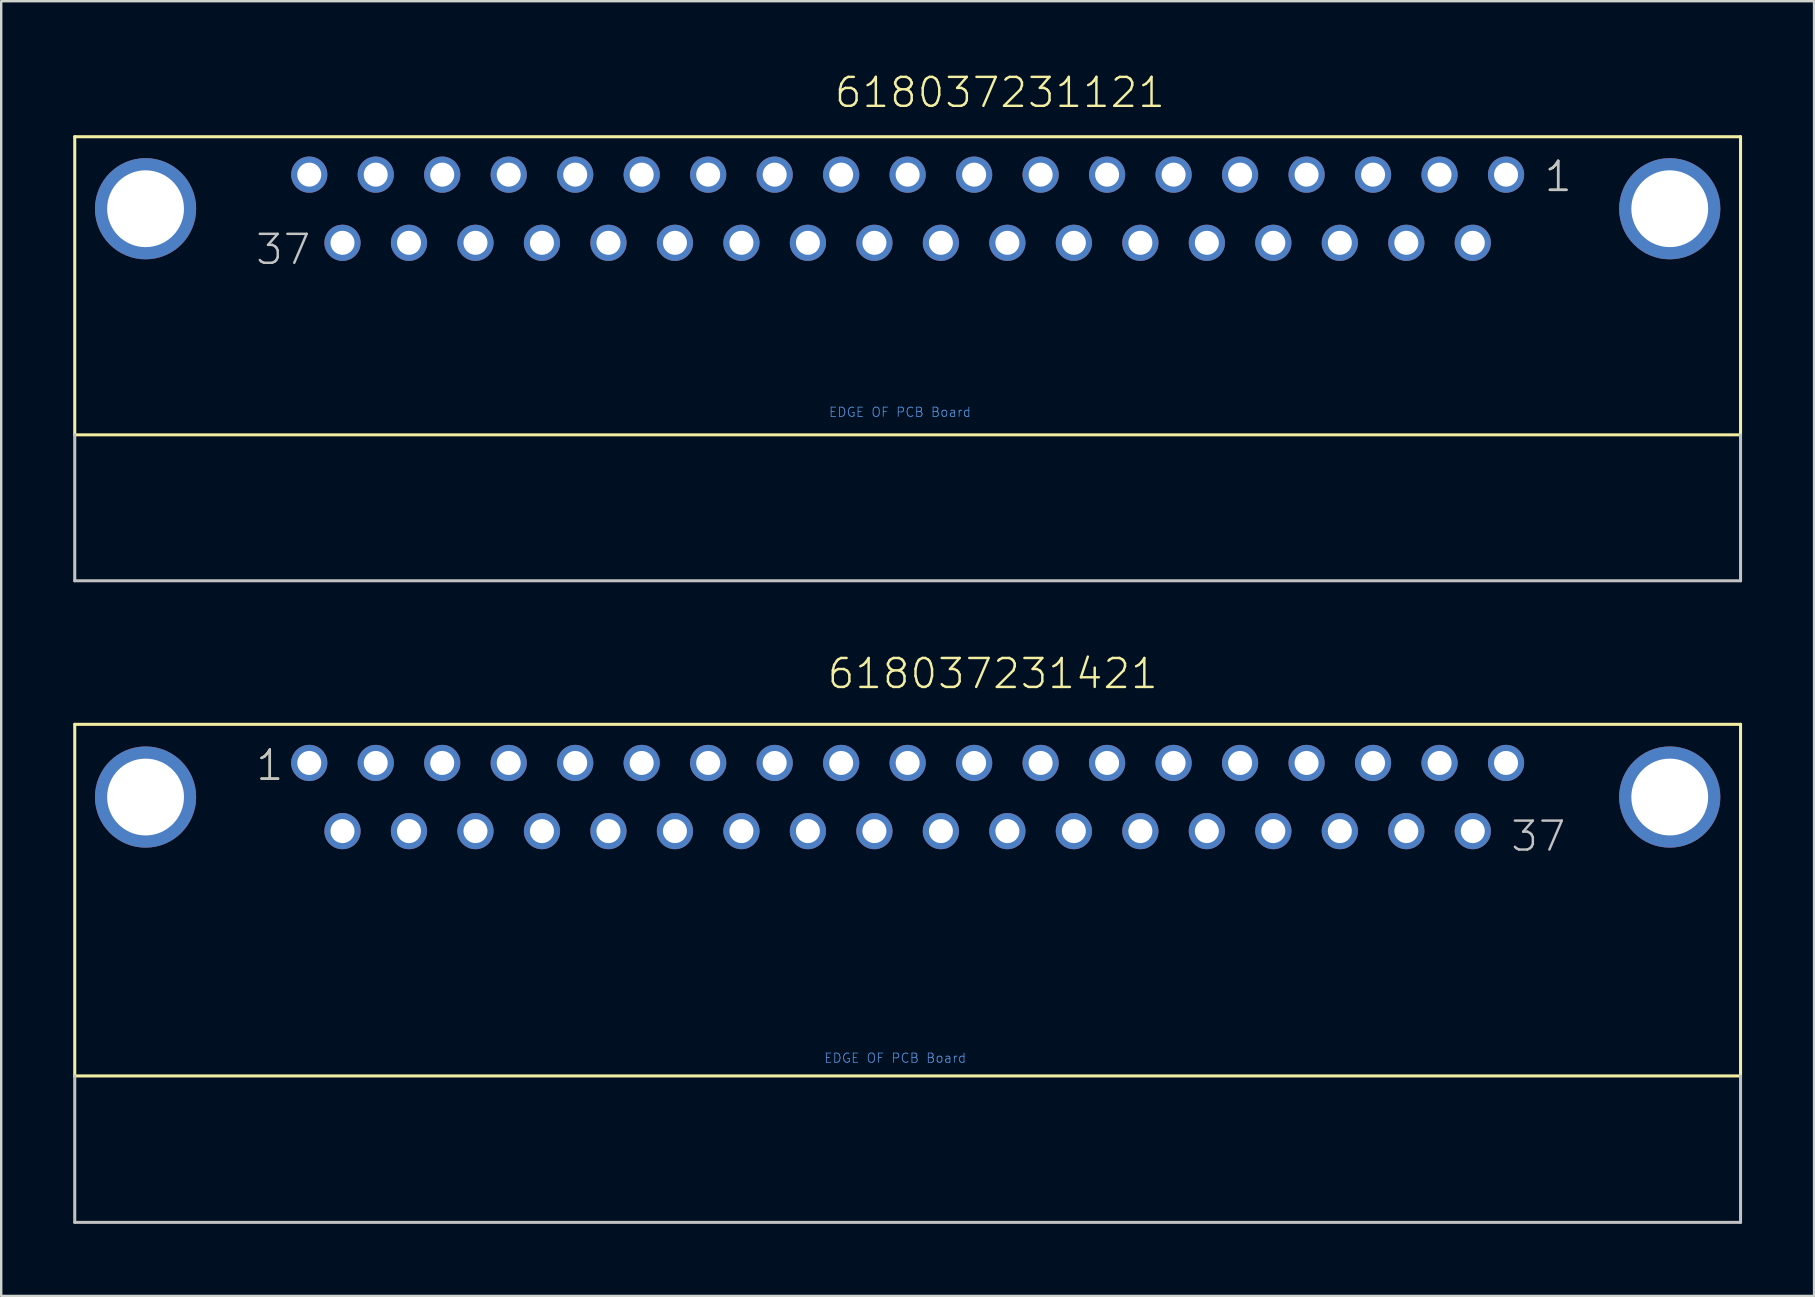
<source format=kicad_pcb>
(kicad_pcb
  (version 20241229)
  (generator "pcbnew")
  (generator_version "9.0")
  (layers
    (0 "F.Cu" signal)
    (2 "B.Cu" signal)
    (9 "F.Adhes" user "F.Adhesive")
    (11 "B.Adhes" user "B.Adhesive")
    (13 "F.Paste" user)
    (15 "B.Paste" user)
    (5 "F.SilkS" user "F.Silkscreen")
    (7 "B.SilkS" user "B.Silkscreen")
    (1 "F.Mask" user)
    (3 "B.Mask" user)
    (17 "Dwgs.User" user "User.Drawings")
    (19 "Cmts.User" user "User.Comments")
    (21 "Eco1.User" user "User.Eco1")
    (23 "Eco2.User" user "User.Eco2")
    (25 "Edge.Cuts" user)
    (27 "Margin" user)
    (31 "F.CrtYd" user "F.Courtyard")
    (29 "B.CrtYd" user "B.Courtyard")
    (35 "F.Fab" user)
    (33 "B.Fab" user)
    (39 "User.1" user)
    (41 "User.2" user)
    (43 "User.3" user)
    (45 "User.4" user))
  (footprint "618037231121"
    (layer "F.Cu")
    (at 34.764 5.646)
    (property "Reference" "618037231121" (at -3.115 -4.135 0) (layer "F.SilkS") (effects (font (size 1.206 1.206) (thickness 0.102)) (justify left bottom)))
    (attr through_hole)
    (fp_line (start -34.7 -3) (end 34.7 -3) (stroke (width 0.127) (type solid)) (layer "F.SilkS"))
    (fp_line (start -34.7 9.42) (end -34.7 -3) (stroke (width 0.127) (type solid)) (layer "F.SilkS"))
    (fp_line (start 34.7 -3) (end 34.7 9.42) (stroke (width 0.127) (type solid)) (layer "F.SilkS"))
    (fp_line (start 34.7 9.42) (end -34.7 9.42) (stroke (width 0.127) (type solid)) (layer "F.SilkS"))
    (fp_line (start -34.7 15.5) (end -34.7 9.42) (stroke (width 0.127) (type solid)) (layer "Dwgs.User"))
    (fp_line (start 34.7 9.42) (end 34.7 15.5) (stroke (width 0.127) (type solid)) (layer "Dwgs.User"))
    (fp_line (start 34.7 15.5) (end -34.7 15.5) (stroke (width 0.127) (type solid)) (layer "Dwgs.User"))
    (fp_text user "1" (at 26.46 -0.635 0) (layer "F.SilkS") (effects (font (size 1.206 1.206) (thickness 0.102)) (justify left bottom)))
    (fp_text user "1" (at 26.46 -0.635 0) (layer "Dwgs.User") (effects (font (size 1.206 1.206) (thickness 0.102)) (justify left bottom)))
    (fp_text user "37" (at -27.23 2.405 0) (layer "Dwgs.User") (effects (font (size 1.206 1.206) (thickness 0.102)) (justify left bottom)))
    (fp_text user "EDGE OF PCB Board" (at -3.3 8.7 0) (layer "Cmts.User") (effects (font (size 0.386 0.386) (thickness 0.033)) (justify left bottom)))
    (pad "1" thru_hole circle (at 24.93 -1.42) (size 1.508 1.508) (drill 1) (layers "*.Cu" "*.Mask"))
    (pad "2" thru_hole circle (at 22.16 -1.42) (size 1.508 1.508) (drill 1) (layers "*.Cu" "*.Mask"))
    (pad "3" thru_hole circle (at 19.39 -1.42) (size 1.508 1.508) (drill 1) (layers "*.Cu" "*.Mask"))
    (pad "4" thru_hole circle (at 16.62 -1.42) (size 1.508 1.508) (drill 1) (layers "*.Cu" "*.Mask"))
    (pad "5" thru_hole circle (at 13.85 -1.42) (size 1.508 1.508) (drill 1) (layers "*.Cu" "*.Mask"))
    (pad "6" thru_hole circle (at 11.08 -1.42) (size 1.508 1.508) (drill 1) (layers "*.Cu" "*.Mask"))
    (pad "7" thru_hole circle (at 8.31 -1.42) (size 1.508 1.508) (drill 1) (layers "*.Cu" "*.Mask"))
    (pad "8" thru_hole circle (at 5.54 -1.42) (size 1.508 1.508) (drill 1) (layers "*.Cu" "*.Mask"))
    (pad "9" thru_hole circle (at 2.77 -1.42) (size 1.508 1.508) (drill 1) (layers "*.Cu" "*.Mask"))
    (pad "10" thru_hole circle (at 0 -1.42) (size 1.508 1.508) (drill 1) (layers "*.Cu" "*.Mask"))
    (pad "11" thru_hole circle (at -2.77 -1.42) (size 1.508 1.508) (drill 1) (layers "*.Cu" "*.Mask"))
    (pad "12" thru_hole circle (at -5.54 -1.42) (size 1.508 1.508) (drill 1) (layers "*.Cu" "*.Mask"))
    (pad "13" thru_hole circle (at -8.31 -1.42) (size 1.508 1.508) (drill 1) (layers "*.Cu" "*.Mask"))
    (pad "14" thru_hole circle (at -11.08 -1.42) (size 1.508 1.508) (drill 1) (layers "*.Cu" "*.Mask"))
    (pad "15" thru_hole circle (at -13.85 -1.42) (size 1.508 1.508) (drill 1) (layers "*.Cu" "*.Mask"))
    (pad "16" thru_hole circle (at -16.62 -1.42) (size 1.508 1.508) (drill 1) (layers "*.Cu" "*.Mask"))
    (pad "17" thru_hole circle (at -19.39 -1.42) (size 1.508 1.508) (drill 1) (layers "*.Cu" "*.Mask"))
    (pad "18" thru_hole circle (at -22.16 -1.42) (size 1.508 1.508) (drill 1) (layers "*.Cu" "*.Mask"))
    (pad "19" thru_hole circle (at -24.93 -1.42) (size 1.508 1.508) (drill 1) (layers "*.Cu" "*.Mask"))
    (pad "20" thru_hole circle (at 23.545 1.42) (size 1.508 1.508) (drill 1) (layers "*.Cu" "*.Mask"))
    (pad "21" thru_hole circle (at 20.775 1.42) (size 1.508 1.508) (drill 1) (layers "*.Cu" "*.Mask"))
    (pad "22" thru_hole circle (at 18.005 1.42) (size 1.508 1.508) (drill 1) (layers "*.Cu" "*.Mask"))
    (pad "23" thru_hole circle (at 15.235 1.42) (size 1.508 1.508) (drill 1) (layers "*.Cu" "*.Mask"))
    (pad "24" thru_hole circle (at 12.465 1.42) (size 1.508 1.508) (drill 1) (layers "*.Cu" "*.Mask"))
    (pad "25" thru_hole circle (at 9.695 1.42) (size 1.508 1.508) (drill 1) (layers "*.Cu" "*.Mask"))
    (pad "26" thru_hole circle (at 6.925 1.42) (size 1.508 1.508) (drill 1) (layers "*.Cu" "*.Mask"))
    (pad "27" thru_hole circle (at 4.155 1.42) (size 1.508 1.508) (drill 1) (layers "*.Cu" "*.Mask"))
    (pad "28" thru_hole circle (at 1.385 1.42) (size 1.508 1.508) (drill 1) (layers "*.Cu" "*.Mask"))
    (pad "29" thru_hole circle (at -1.385 1.42) (size 1.508 1.508) (drill 1) (layers "*.Cu" "*.Mask"))
    (pad "30" thru_hole circle (at -4.155 1.42) (size 1.508 1.508) (drill 1) (layers "*.Cu" "*.Mask"))
    (pad "31" thru_hole circle (at -6.925 1.42) (size 1.508 1.508) (drill 1) (layers "*.Cu" "*.Mask"))
    (pad "32" thru_hole circle (at -9.695 1.42) (size 1.508 1.508) (drill 1) (layers "*.Cu" "*.Mask"))
    (pad "33" thru_hole circle (at -12.465 1.42) (size 1.508 1.508) (drill 1) (layers "*.Cu" "*.Mask"))
    (pad "34" thru_hole circle (at -15.235 1.42) (size 1.508 1.508) (drill 1) (layers "*.Cu" "*.Mask"))
    (pad "35" thru_hole circle (at -18.005 1.42) (size 1.508 1.508) (drill 1) (layers "*.Cu" "*.Mask"))
    (pad "36" thru_hole circle (at -20.775 1.42) (size 1.508 1.508) (drill 1) (layers "*.Cu" "*.Mask"))
    (pad "37" thru_hole circle (at -23.545 1.42) (size 1.508 1.508) (drill 1) (layers "*.Cu" "*.Mask"))
    (pad "SHEL" thru_hole circle (at -31.75 0) (size 4.216 4.216) (drill 3.2) (layers "*.Cu" "*.Mask"))
    (pad "SHEL" thru_hole circle (at 31.75 0) (size 4.216 4.216) (drill 3.2) (layers "*.Cu" "*.Mask")))
  (footprint "618037231421"
    (layer "F.Cu")
    (at 34.764 30.156)
    (property "Reference" "618037231421" (at -3.415 -4.435 0) (layer "F.SilkS") (effects (font (size 1.206 1.206) (thickness 0.102)) (justify left bottom)))
    (attr through_hole)
    (fp_line (start -34.7 -3.03) (end 34.7 -3.03) (stroke (width 0.127) (type solid)) (layer "F.SilkS"))
    (fp_line (start -34.7 11.62) (end -34.7 -3.03) (stroke (width 0.127) (type solid)) (layer "F.SilkS"))
    (fp_line (start -34.7 11.62) (end 34.7 11.62) (stroke (width 0.127) (type solid)) (layer "F.SilkS"))
    (fp_line (start 34.7 -3.03) (end 34.7 11.62) (stroke (width 0.127) (type solid)) (layer "F.SilkS"))
    (fp_line (start -34.7 17.72) (end -34.7 11.62) (stroke (width 0.127) (type solid)) (layer "Dwgs.User"))
    (fp_line (start 34.7 11.62) (end 34.7 17.72) (stroke (width 0.127) (type solid)) (layer "Dwgs.User"))
    (fp_line (start 34.7 17.72) (end -34.7 17.72) (stroke (width 0.127) (type solid)) (layer "Dwgs.User"))
    (fp_text user "1" (at -27.215 -0.615 0) (layer "F.SilkS") (effects (font (size 1.206 1.206) (thickness 0.102)) (justify left bottom)))
    (fp_text user "37" (at 25.06 2.34 0) (layer "Dwgs.User") (effects (font (size 1.206 1.206) (thickness 0.102)) (justify left bottom)))
    (fp_text user "1" (at -27.215 -0.615 0) (layer "Dwgs.User") (effects (font (size 1.206 1.206) (thickness 0.102)) (justify left bottom)))
    (fp_text user "EDGE OF PCB Board" (at -3.5 11.1 0) (layer "Cmts.User") (effects (font (size 0.386 0.386) (thickness 0.033)) (justify left bottom)))
    (pad "1" thru_hole circle (at -24.93 -1.42) (size 1.508 1.508) (drill 1) (layers "*.Cu" "*.Mask"))
    (pad "2" thru_hole circle (at -22.16 -1.42) (size 1.508 1.508) (drill 1) (layers "*.Cu" "*.Mask"))
    (pad "3" thru_hole circle (at -19.39 -1.42) (size 1.508 1.508) (drill 1) (layers "*.Cu" "*.Mask"))
    (pad "4" thru_hole circle (at -16.62 -1.42) (size 1.508 1.508) (drill 1) (layers "*.Cu" "*.Mask"))
    (pad "5" thru_hole circle (at -13.85 -1.42) (size 1.508 1.508) (drill 1) (layers "*.Cu" "*.Mask"))
    (pad "6" thru_hole circle (at -11.08 -1.42) (size 1.508 1.508) (drill 1) (layers "*.Cu" "*.Mask"))
    (pad "7" thru_hole circle (at -8.31 -1.42) (size 1.508 1.508) (drill 1) (layers "*.Cu" "*.Mask"))
    (pad "8" thru_hole circle (at -5.54 -1.42) (size 1.508 1.508) (drill 1) (layers "*.Cu" "*.Mask"))
    (pad "9" thru_hole circle (at -2.77 -1.42) (size 1.508 1.508) (drill 1) (layers "*.Cu" "*.Mask"))
    (pad "10" thru_hole circle (at 0 -1.42) (size 1.508 1.508) (drill 1) (layers "*.Cu" "*.Mask"))
    (pad "11" thru_hole circle (at 2.77 -1.42) (size 1.508 1.508) (drill 1) (layers "*.Cu" "*.Mask"))
    (pad "12" thru_hole circle (at 5.54 -1.42) (size 1.508 1.508) (drill 1) (layers "*.Cu" "*.Mask"))
    (pad "13" thru_hole circle (at 8.31 -1.42) (size 1.508 1.508) (drill 1) (layers "*.Cu" "*.Mask"))
    (pad "14" thru_hole circle (at 11.08 -1.42) (size 1.508 1.508) (drill 1) (layers "*.Cu" "*.Mask"))
    (pad "15" thru_hole circle (at 13.85 -1.42) (size 1.508 1.508) (drill 1) (layers "*.Cu" "*.Mask"))
    (pad "16" thru_hole circle (at 16.62 -1.42) (size 1.508 1.508) (drill 1) (layers "*.Cu" "*.Mask"))
    (pad "17" thru_hole circle (at 19.39 -1.42) (size 1.508 1.508) (drill 1) (layers "*.Cu" "*.Mask"))
    (pad "18" thru_hole circle (at 22.16 -1.42) (size 1.508 1.508) (drill 1) (layers "*.Cu" "*.Mask"))
    (pad "19" thru_hole circle (at 24.93 -1.42) (size 1.508 1.508) (drill 1) (layers "*.Cu" "*.Mask"))
    (pad "20" thru_hole circle (at -23.545 1.42) (size 1.508 1.508) (drill 1) (layers "*.Cu" "*.Mask"))
    (pad "21" thru_hole circle (at -20.775 1.42) (size 1.508 1.508) (drill 1) (layers "*.Cu" "*.Mask"))
    (pad "22" thru_hole circle (at -18.005 1.42) (size 1.508 1.508) (drill 1) (layers "*.Cu" "*.Mask"))
    (pad "23" thru_hole circle (at -15.235 1.42) (size 1.508 1.508) (drill 1) (layers "*.Cu" "*.Mask"))
    (pad "24" thru_hole circle (at -12.465 1.42) (size 1.508 1.508) (drill 1) (layers "*.Cu" "*.Mask"))
    (pad "25" thru_hole circle (at -9.695 1.42) (size 1.508 1.508) (drill 1) (layers "*.Cu" "*.Mask"))
    (pad "26" thru_hole circle (at -6.925 1.42) (size 1.508 1.508) (drill 1) (layers "*.Cu" "*.Mask"))
    (pad "27" thru_hole circle (at -4.155 1.42) (size 1.508 1.508) (drill 1) (layers "*.Cu" "*.Mask"))
    (pad "28" thru_hole circle (at -1.385 1.42) (size 1.508 1.508) (drill 1) (layers "*.Cu" "*.Mask"))
    (pad "29" thru_hole circle (at 1.385 1.42) (size 1.508 1.508) (drill 1) (layers "*.Cu" "*.Mask"))
    (pad "30" thru_hole circle (at 4.155 1.42) (size 1.508 1.508) (drill 1) (layers "*.Cu" "*.Mask"))
    (pad "31" thru_hole circle (at 6.925 1.42) (size 1.508 1.508) (drill 1) (layers "*.Cu" "*.Mask"))
    (pad "32" thru_hole circle (at 9.695 1.42) (size 1.508 1.508) (drill 1) (layers "*.Cu" "*.Mask"))
    (pad "33" thru_hole circle (at 12.465 1.42) (size 1.508 1.508) (drill 1) (layers "*.Cu" "*.Mask"))
    (pad "34" thru_hole circle (at 15.235 1.42) (size 1.508 1.508) (drill 1) (layers "*.Cu" "*.Mask"))
    (pad "35" thru_hole circle (at 18.005 1.42) (size 1.508 1.508) (drill 1) (layers "*.Cu" "*.Mask"))
    (pad "36" thru_hole circle (at 20.775 1.42) (size 1.508 1.508) (drill 1) (layers "*.Cu" "*.Mask"))
    (pad "37" thru_hole circle (at 23.545 1.42) (size 1.508 1.508) (drill 1) (layers "*.Cu" "*.Mask"))
    (pad "SHEL" thru_hole circle (at -31.75 0) (size 4.216 4.216) (drill 3.2) (layers "*.Cu" "*.Mask"))
    (pad "SHEL" thru_hole circle (at 31.75 0) (size 4.216 4.216) (drill 3.2) (layers "*.Cu" "*.Mask")))
  (gr_rect
    (start -3 -3)
    (end 72.527 50.94)
    (stroke (width 0.1) (type default))
    (fill no)
    (layer "Edge.Cuts")))
</source>
